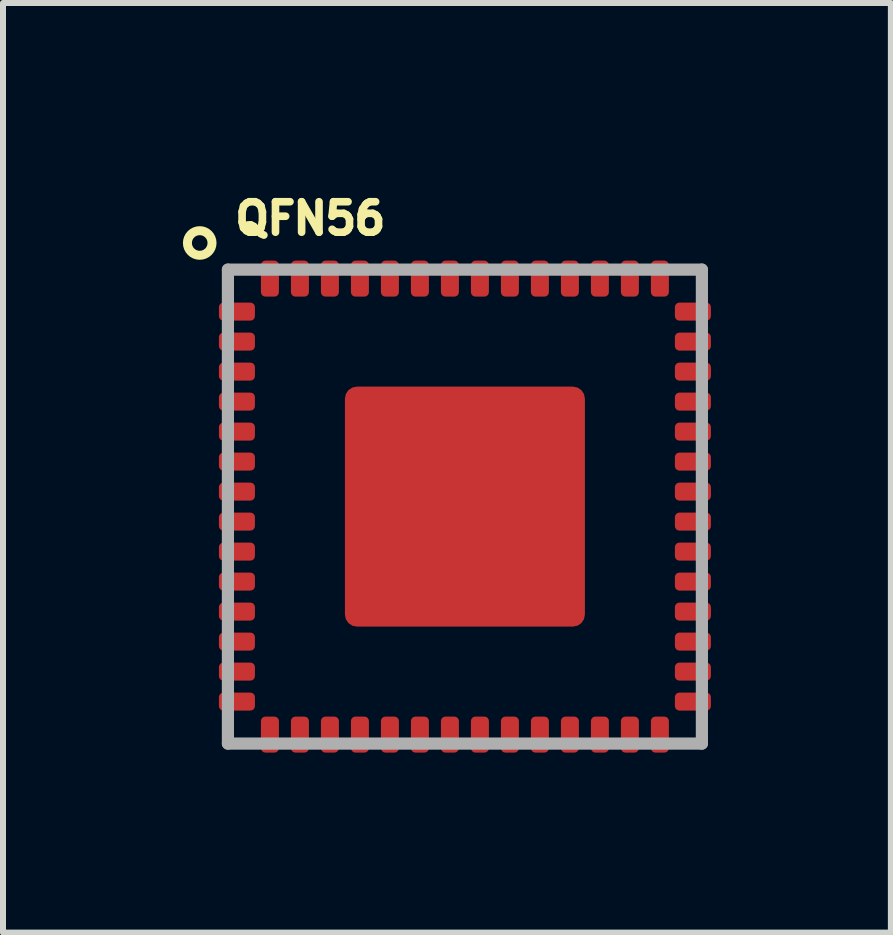
<source format=kicad_pcb>
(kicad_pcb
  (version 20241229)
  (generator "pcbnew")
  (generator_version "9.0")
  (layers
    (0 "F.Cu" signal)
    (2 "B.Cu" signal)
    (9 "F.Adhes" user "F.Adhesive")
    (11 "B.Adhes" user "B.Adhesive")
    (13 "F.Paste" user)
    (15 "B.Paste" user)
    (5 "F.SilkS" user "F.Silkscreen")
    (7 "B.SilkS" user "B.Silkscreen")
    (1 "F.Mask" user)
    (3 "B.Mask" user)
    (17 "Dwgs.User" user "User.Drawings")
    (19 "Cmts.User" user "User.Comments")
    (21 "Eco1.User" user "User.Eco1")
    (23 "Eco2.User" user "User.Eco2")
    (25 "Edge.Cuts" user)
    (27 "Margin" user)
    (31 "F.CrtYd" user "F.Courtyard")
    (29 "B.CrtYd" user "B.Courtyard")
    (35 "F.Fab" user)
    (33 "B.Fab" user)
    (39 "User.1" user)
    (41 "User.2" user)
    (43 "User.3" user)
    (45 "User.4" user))
  (footprint "QFN56"
    (layer "F.Cu")
    (at 4.699 5.394)
    (property "Reference" "QFN56" (at -3.894 -4.505 180) (layer "F.SilkS") (effects (font (size 0.508 0.508) (thickness 0.127)) (justify left bottom)))
    (attr through_hole)
    (fp_poly (pts (xy -4.1 -3.1) (xy -3.5 -3.1) (xy -3.5 -3.4) (xy -4.1 -3.4)) (stroke (width 0) (type solid)) (fill yes) (layer "F.Mask"))
    (fp_poly (pts (xy -4.1 -2.6) (xy -3.5 -2.6) (xy -3.5 -2.9) (xy -4.1 -2.9)) (stroke (width 0) (type solid)) (fill yes) (layer "F.Mask"))
    (fp_poly (pts (xy -4.1 -2.1) (xy -3.5 -2.1) (xy -3.5 -2.4) (xy -4.1 -2.4)) (stroke (width 0) (type solid)) (fill yes) (layer "F.Mask"))
    (fp_poly (pts (xy -4.1 -1.6) (xy -3.5 -1.6) (xy -3.5 -1.9) (xy -4.1 -1.9)) (stroke (width 0) (type solid)) (fill yes) (layer "F.Mask"))
    (fp_poly (pts (xy -4.1 -1.1) (xy -3.5 -1.1) (xy -3.5 -1.4) (xy -4.1 -1.4)) (stroke (width 0) (type solid)) (fill yes) (layer "F.Mask"))
    (fp_poly (pts (xy -4.1 -0.6) (xy -3.5 -0.6) (xy -3.5 -0.9) (xy -4.1 -0.9)) (stroke (width 0) (type solid)) (fill yes) (layer "F.Mask"))
    (fp_poly (pts (xy -4.1 -0.1) (xy -3.5 -0.1) (xy -3.5 -0.4) (xy -4.1 -0.4)) (stroke (width 0) (type solid)) (fill yes) (layer "F.Mask"))
    (fp_poly (pts (xy -4.1 0.4) (xy -3.5 0.4) (xy -3.5 0.1) (xy -4.1 0.1)) (stroke (width 0) (type solid)) (fill yes) (layer "F.Mask"))
    (fp_poly (pts (xy -4.1 0.9) (xy -3.5 0.9) (xy -3.5 0.6) (xy -4.1 0.6)) (stroke (width 0) (type solid)) (fill yes) (layer "F.Mask"))
    (fp_poly (pts (xy -4.1 1.4) (xy -3.5 1.4) (xy -3.5 1.1) (xy -4.1 1.1)) (stroke (width 0) (type solid)) (fill yes) (layer "F.Mask"))
    (fp_poly (pts (xy -4.1 1.9) (xy -3.5 1.9) (xy -3.5 1.6) (xy -4.1 1.6)) (stroke (width 0) (type solid)) (fill yes) (layer "F.Mask"))
    (fp_poly (pts (xy -4.1 2.4) (xy -3.5 2.4) (xy -3.5 2.1) (xy -4.1 2.1)) (stroke (width 0) (type solid)) (fill yes) (layer "F.Mask"))
    (fp_poly (pts (xy -4.1 2.9) (xy -3.5 2.9) (xy -3.5 2.6) (xy -4.1 2.6)) (stroke (width 0) (type solid)) (fill yes) (layer "F.Mask"))
    (fp_poly (pts (xy -4.1 3.4) (xy -3.5 3.4) (xy -3.5 3.1) (xy -4.1 3.1)) (stroke (width 0) (type solid)) (fill yes) (layer "F.Mask"))
    (fp_poly (pts (xy -3.4 -4.1) (xy -3.4 -3.5) (xy -3.1 -3.5) (xy -3.1 -4.1)) (stroke (width 0) (type solid)) (fill yes) (layer "F.Mask"))
    (fp_poly (pts (xy -3.1 4.1) (xy -3.1 3.5) (xy -3.4 3.5) (xy -3.4 4.1)) (stroke (width 0) (type solid)) (fill yes) (layer "F.Mask"))
    (fp_poly (pts (xy -2.95 2.95) (xy 2.95 2.95) (xy 2.95 -2.95) (xy -2.95 -2.95)) (stroke (width 0) (type solid)) (fill yes) (layer "F.Mask"))
    (fp_poly (pts (xy -2.9 -4.1) (xy -2.9 -3.5) (xy -2.6 -3.5) (xy -2.6 -4.1)) (stroke (width 0) (type solid)) (fill yes) (layer "F.Mask"))
    (fp_poly (pts (xy -2.6 4.1) (xy -2.6 3.5) (xy -2.9 3.5) (xy -2.9 4.1)) (stroke (width 0) (type solid)) (fill yes) (layer "F.Mask"))
    (fp_poly (pts (xy -2.4 -4.1) (xy -2.4 -3.5) (xy -2.1 -3.5) (xy -2.1 -4.1)) (stroke (width 0) (type solid)) (fill yes) (layer "F.Mask"))
    (fp_poly (pts (xy -2.1 4.1) (xy -2.1 3.5) (xy -2.4 3.5) (xy -2.4 4.1)) (stroke (width 0) (type solid)) (fill yes) (layer "F.Mask"))
    (fp_poly (pts (xy -1.9 -4.1) (xy -1.9 -3.5) (xy -1.6 -3.5) (xy -1.6 -4.1)) (stroke (width 0) (type solid)) (fill yes) (layer "F.Mask"))
    (fp_poly (pts (xy -1.6 4.1) (xy -1.6 3.5) (xy -1.9 3.5) (xy -1.9 4.1)) (stroke (width 0) (type solid)) (fill yes) (layer "F.Mask"))
    (fp_poly (pts (xy -1.4 -4.1) (xy -1.4 -3.5) (xy -1.1 -3.5) (xy -1.1 -4.1)) (stroke (width 0) (type solid)) (fill yes) (layer "F.Mask"))
    (fp_poly (pts (xy -1.1 4.1) (xy -1.1 3.5) (xy -1.4 3.5) (xy -1.4 4.1)) (stroke (width 0) (type solid)) (fill yes) (layer "F.Mask"))
    (fp_poly (pts (xy -0.9 -4.1) (xy -0.9 -3.5) (xy -0.6 -3.5) (xy -0.6 -4.1)) (stroke (width 0) (type solid)) (fill yes) (layer "F.Mask"))
    (fp_poly (pts (xy -0.6 4.1) (xy -0.6 3.5) (xy -0.9 3.5) (xy -0.9 4.1)) (stroke (width 0) (type solid)) (fill yes) (layer "F.Mask"))
    (fp_poly (pts (xy -0.4 -4.1) (xy -0.4 -3.5) (xy -0.1 -3.5) (xy -0.1 -4.1)) (stroke (width 0) (type solid)) (fill yes) (layer "F.Mask"))
    (fp_poly (pts (xy -0.1 4.1) (xy -0.1 3.5) (xy -0.4 3.5) (xy -0.4 4.1)) (stroke (width 0) (type solid)) (fill yes) (layer "F.Mask"))
    (fp_poly (pts (xy 0.1 -4.1) (xy 0.1 -3.5) (xy 0.4 -3.5) (xy 0.4 -4.1)) (stroke (width 0) (type solid)) (fill yes) (layer "F.Mask"))
    (fp_poly (pts (xy 0.4 4.1) (xy 0.4 3.5) (xy 0.1 3.5) (xy 0.1 4.1)) (stroke (width 0) (type solid)) (fill yes) (layer "F.Mask"))
    (fp_poly (pts (xy 0.6 -4.1) (xy 0.6 -3.5) (xy 0.9 -3.5) (xy 0.9 -4.1)) (stroke (width 0) (type solid)) (fill yes) (layer "F.Mask"))
    (fp_poly (pts (xy 0.9 4.1) (xy 0.9 3.5) (xy 0.6 3.5) (xy 0.6 4.1)) (stroke (width 0) (type solid)) (fill yes) (layer "F.Mask"))
    (fp_poly (pts (xy 1.1 -4.1) (xy 1.1 -3.5) (xy 1.4 -3.5) (xy 1.4 -4.1)) (stroke (width 0) (type solid)) (fill yes) (layer "F.Mask"))
    (fp_poly (pts (xy 1.4 4.1) (xy 1.4 3.5) (xy 1.1 3.5) (xy 1.1 4.1)) (stroke (width 0) (type solid)) (fill yes) (layer "F.Mask"))
    (fp_poly (pts (xy 1.6 -4.1) (xy 1.6 -3.5) (xy 1.9 -3.5) (xy 1.9 -4.1)) (stroke (width 0) (type solid)) (fill yes) (layer "F.Mask"))
    (fp_poly (pts (xy 1.9 4.1) (xy 1.9 3.5) (xy 1.6 3.5) (xy 1.6 4.1)) (stroke (width 0) (type solid)) (fill yes) (layer "F.Mask"))
    (fp_poly (pts (xy 2.1 -4.1) (xy 2.1 -3.5) (xy 2.4 -3.5) (xy 2.4 -4.1)) (stroke (width 0) (type solid)) (fill yes) (layer "F.Mask"))
    (fp_poly (pts (xy 2.4 4.1) (xy 2.4 3.5) (xy 2.1 3.5) (xy 2.1 4.1)) (stroke (width 0) (type solid)) (fill yes) (layer "F.Mask"))
    (fp_poly (pts (xy 2.6 -4.1) (xy 2.6 -3.5) (xy 2.9 -3.5) (xy 2.9 -4.1)) (stroke (width 0) (type solid)) (fill yes) (layer "F.Mask"))
    (fp_poly (pts (xy 2.9 4.1) (xy 2.9 3.5) (xy 2.6 3.5) (xy 2.6 4.1)) (stroke (width 0) (type solid)) (fill yes) (layer "F.Mask"))
    (fp_poly (pts (xy 3.1 -4.1) (xy 3.1 -3.5) (xy 3.4 -3.5) (xy 3.4 -4.1)) (stroke (width 0) (type solid)) (fill yes) (layer "F.Mask"))
    (fp_poly (pts (xy 3.4 4.1) (xy 3.4 3.5) (xy 3.1 3.5) (xy 3.1 4.1)) (stroke (width 0) (type solid)) (fill yes) (layer "F.Mask"))
    (fp_poly (pts (xy 4.1 -3.4) (xy 3.5 -3.4) (xy 3.5 -3.1) (xy 4.1 -3.1)) (stroke (width 0) (type solid)) (fill yes) (layer "F.Mask"))
    (fp_poly (pts (xy 4.1 -2.9) (xy 3.5 -2.9) (xy 3.5 -2.6) (xy 4.1 -2.6)) (stroke (width 0) (type solid)) (fill yes) (layer "F.Mask"))
    (fp_poly (pts (xy 4.1 -2.4) (xy 3.5 -2.4) (xy 3.5 -2.1) (xy 4.1 -2.1)) (stroke (width 0) (type solid)) (fill yes) (layer "F.Mask"))
    (fp_poly (pts (xy 4.1 -1.9) (xy 3.5 -1.9) (xy 3.5 -1.6) (xy 4.1 -1.6)) (stroke (width 0) (type solid)) (fill yes) (layer "F.Mask"))
    (fp_poly (pts (xy 4.1 -1.4) (xy 3.5 -1.4) (xy 3.5 -1.1) (xy 4.1 -1.1)) (stroke (width 0) (type solid)) (fill yes) (layer "F.Mask"))
    (fp_poly (pts (xy 4.1 -0.9) (xy 3.5 -0.9) (xy 3.5 -0.6) (xy 4.1 -0.6)) (stroke (width 0) (type solid)) (fill yes) (layer "F.Mask"))
    (fp_poly (pts (xy 4.1 -0.4) (xy 3.5 -0.4) (xy 3.5 -0.1) (xy 4.1 -0.1)) (stroke (width 0) (type solid)) (fill yes) (layer "F.Mask"))
    (fp_poly (pts (xy 4.1 0.1) (xy 3.5 0.1) (xy 3.5 0.4) (xy 4.1 0.4)) (stroke (width 0) (type solid)) (fill yes) (layer "F.Mask"))
    (fp_poly (pts (xy 4.1 0.6) (xy 3.5 0.6) (xy 3.5 0.9) (xy 4.1 0.9)) (stroke (width 0) (type solid)) (fill yes) (layer "F.Mask"))
    (fp_poly (pts (xy 4.1 1.1) (xy 3.5 1.1) (xy 3.5 1.4) (xy 4.1 1.4)) (stroke (width 0) (type solid)) (fill yes) (layer "F.Mask"))
    (fp_poly (pts (xy 4.1 1.6) (xy 3.5 1.6) (xy 3.5 1.9) (xy 4.1 1.9)) (stroke (width 0) (type solid)) (fill yes) (layer "F.Mask"))
    (fp_poly (pts (xy 4.1 2.1) (xy 3.5 2.1) (xy 3.5 2.4) (xy 4.1 2.4)) (stroke (width 0) (type solid)) (fill yes) (layer "F.Mask"))
    (fp_poly (pts (xy 4.1 2.6) (xy 3.5 2.6) (xy 3.5 2.9) (xy 4.1 2.9)) (stroke (width 0) (type solid)) (fill yes) (layer "F.Mask"))
    (fp_poly (pts (xy 4.1 3.1) (xy 3.5 3.1) (xy 3.5 3.4) (xy 4.1 3.4)) (stroke (width 0) (type solid)) (fill yes) (layer "F.Mask"))
    (fp_circle (center -4.42 -4.394) (end -4.242 -4.496) (stroke (width 0.15) (type solid)) (fill no) (layer "F.SilkS"))
    (fp_line (start -3.95 -3.95) (end -3.95 3.95) (stroke (width 0.203) (type solid)) (layer "F.Fab"))
    (fp_line (start -3.95 3.95) (end 3.95 3.95) (stroke (width 0.203) (type solid)) (layer "F.Fab"))
    (fp_line (start 3.95 -3.95) (end -3.95 -3.95) (stroke (width 0.203) (type solid)) (layer "F.Fab"))
    (fp_line (start 3.95 3.95) (end 3.95 -3.95) (stroke (width 0.203) (type solid)) (layer "F.Fab"))
    (pad "1" smd roundrect (at -3.8 -3.25 90) (size 0.3 0.6) (layers "F.Cu" "F.Mask" "F.Paste") (roundrect_rratio 0.25))
    (pad "2" smd roundrect (at -3.8 -2.75 90) (size 0.3 0.6) (layers "F.Cu" "F.Mask" "F.Paste") (roundrect_rratio 0.25))
    (pad "3" smd roundrect (at -3.8 -2.25 90) (size 0.3 0.6) (layers "F.Cu" "F.Mask" "F.Paste") (roundrect_rratio 0.25))
    (pad "4" smd roundrect (at -3.8 -1.75 90) (size 0.3 0.6) (layers "F.Cu" "F.Mask" "F.Paste") (roundrect_rratio 0.25))
    (pad "5" smd roundrect (at -3.8 -1.25 90) (size 0.3 0.6) (layers "F.Cu" "F.Mask" "F.Paste") (roundrect_rratio 0.25))
    (pad "6" smd roundrect (at -3.8 -0.75 90) (size 0.3 0.6) (layers "F.Cu" "F.Mask" "F.Paste") (roundrect_rratio 0.25))
    (pad "7" smd roundrect (at -3.8 -0.25 90) (size 0.3 0.6) (layers "F.Cu" "F.Mask" "F.Paste") (roundrect_rratio 0.25))
    (pad "8" smd roundrect (at -3.8 0.25 90) (size 0.3 0.6) (layers "F.Cu" "F.Mask" "F.Paste") (roundrect_rratio 0.25))
    (pad "9" smd roundrect (at -3.8 0.75 90) (size 0.3 0.6) (layers "F.Cu" "F.Mask" "F.Paste") (roundrect_rratio 0.25))
    (pad "10" smd roundrect (at -3.8 1.25 90) (size 0.3 0.6) (layers "F.Cu" "F.Mask" "F.Paste") (roundrect_rratio 0.25))
    (pad "11" smd roundrect (at -3.8 1.75 90) (size 0.3 0.6) (layers "F.Cu" "F.Mask" "F.Paste") (roundrect_rratio 0.25))
    (pad "12" smd roundrect (at -3.8 2.25 90) (size 0.3 0.6) (layers "F.Cu" "F.Mask" "F.Paste") (roundrect_rratio 0.25))
    (pad "13" smd roundrect (at -3.8 2.75 90) (size 0.3 0.6) (layers "F.Cu" "F.Mask" "F.Paste") (roundrect_rratio 0.25))
    (pad "14" smd roundrect (at -3.8 3.25 90) (size 0.3 0.6) (layers "F.Cu" "F.Mask" "F.Paste") (roundrect_rratio 0.25))
    (pad "15" smd roundrect (at -3.25 3.8 180) (size 0.3 0.6) (layers "F.Cu" "F.Mask" "F.Paste") (roundrect_rratio 0.25))
    (pad "16" smd roundrect (at -2.75 3.8 180) (size 0.3 0.6) (layers "F.Cu" "F.Mask" "F.Paste") (roundrect_rratio 0.25))
    (pad "17" smd roundrect (at -2.25 3.8 180) (size 0.3 0.6) (layers "F.Cu" "F.Mask" "F.Paste") (roundrect_rratio 0.25))
    (pad "18" smd roundrect (at -1.75 3.8 180) (size 0.3 0.6) (layers "F.Cu" "F.Mask" "F.Paste") (roundrect_rratio 0.25))
    (pad "19" smd roundrect (at -1.25 3.8 180) (size 0.3 0.6) (layers "F.Cu" "F.Mask" "F.Paste") (roundrect_rratio 0.25))
    (pad "20" smd roundrect (at -0.75 3.8 180) (size 0.3 0.6) (layers "F.Cu" "F.Mask" "F.Paste") (roundrect_rratio 0.25))
    (pad "21" smd roundrect (at -0.25 3.8 180) (size 0.3 0.6) (layers "F.Cu" "F.Mask" "F.Paste") (roundrect_rratio 0.25))
    (pad "22" smd roundrect (at 0.25 3.8 180) (size 0.3 0.6) (layers "F.Cu" "F.Mask" "F.Paste") (roundrect_rratio 0.25))
    (pad "23" smd roundrect (at 0.75 3.8 180) (size 0.3 0.6) (layers "F.Cu" "F.Mask" "F.Paste") (roundrect_rratio 0.25))
    (pad "24" smd roundrect (at 1.25 3.8 180) (size 0.3 0.6) (layers "F.Cu" "F.Mask" "F.Paste") (roundrect_rratio 0.25))
    (pad "25" smd roundrect (at 1.75 3.8 180) (size 0.3 0.6) (layers "F.Cu" "F.Mask" "F.Paste") (roundrect_rratio 0.25))
    (pad "26" smd roundrect (at 2.25 3.8 180) (size 0.3 0.6) (layers "F.Cu" "F.Mask" "F.Paste") (roundrect_rratio 0.25))
    (pad "27" smd roundrect (at 2.75 3.8 180) (size 0.3 0.6) (layers "F.Cu" "F.Mask" "F.Paste") (roundrect_rratio 0.25))
    (pad "28" smd roundrect (at 3.25 3.8 180) (size 0.3 0.6) (layers "F.Cu" "F.Mask" "F.Paste") (roundrect_rratio 0.25))
    (pad "29" smd roundrect (at 3.8 3.25 270) (size 0.3 0.6) (layers "F.Cu" "F.Mask" "F.Paste") (roundrect_rratio 0.25))
    (pad "30" smd roundrect (at 3.8 2.75 270) (size 0.3 0.6) (layers "F.Cu" "F.Mask" "F.Paste") (roundrect_rratio 0.25))
    (pad "31" smd roundrect (at 3.8 2.25 270) (size 0.3 0.6) (layers "F.Cu" "F.Mask" "F.Paste") (roundrect_rratio 0.25))
    (pad "32" smd roundrect (at 3.8 1.75 270) (size 0.3 0.6) (layers "F.Cu" "F.Mask" "F.Paste") (roundrect_rratio 0.25))
    (pad "33" smd roundrect (at 3.8 1.25 270) (size 0.3 0.6) (layers "F.Cu" "F.Mask" "F.Paste") (roundrect_rratio 0.25))
    (pad "34" smd roundrect (at 3.8 0.75 270) (size 0.3 0.6) (layers "F.Cu" "F.Mask" "F.Paste") (roundrect_rratio 0.25))
    (pad "35" smd roundrect (at 3.8 0.25 270) (size 0.3 0.6) (layers "F.Cu" "F.Mask" "F.Paste") (roundrect_rratio 0.25))
    (pad "36" smd roundrect (at 3.8 -0.25 270) (size 0.3 0.6) (layers "F.Cu" "F.Mask" "F.Paste") (roundrect_rratio 0.25))
    (pad "37" smd roundrect (at 3.8 -0.75 270) (size 0.3 0.6) (layers "F.Cu" "F.Mask" "F.Paste") (roundrect_rratio 0.25))
    (pad "38" smd roundrect (at 3.8 -1.25 270) (size 0.3 0.6) (layers "F.Cu" "F.Mask" "F.Paste") (roundrect_rratio 0.25))
    (pad "39" smd roundrect (at 3.8 -1.75 270) (size 0.3 0.6) (layers "F.Cu" "F.Mask" "F.Paste") (roundrect_rratio 0.25))
    (pad "40" smd roundrect (at 3.8 -2.25 270) (size 0.3 0.6) (layers "F.Cu" "F.Mask" "F.Paste") (roundrect_rratio 0.25))
    (pad "41" smd roundrect (at 3.8 -2.75 270) (size 0.3 0.6) (layers "F.Cu" "F.Mask" "F.Paste") (roundrect_rratio 0.25))
    (pad "42" smd roundrect (at 3.8 -3.25 270) (size 0.3 0.6) (layers "F.Cu" "F.Mask" "F.Paste") (roundrect_rratio 0.25))
    (pad "43" smd roundrect (at 3.25 -3.8) (size 0.3 0.6) (layers "F.Cu" "F.Mask" "F.Paste") (roundrect_rratio 0.25))
    (pad "44" smd roundrect (at 2.75 -3.8) (size 0.3 0.6) (layers "F.Cu" "F.Mask" "F.Paste") (roundrect_rratio 0.25))
    (pad "45" smd roundrect (at 2.25 -3.8) (size 0.3 0.6) (layers "F.Cu" "F.Mask" "F.Paste") (roundrect_rratio 0.25))
    (pad "46" smd roundrect (at 1.75 -3.8) (size 0.3 0.6) (layers "F.Cu" "F.Mask" "F.Paste") (roundrect_rratio 0.25))
    (pad "47" smd roundrect (at 1.25 -3.8) (size 0.3 0.6) (layers "F.Cu" "F.Mask" "F.Paste") (roundrect_rratio 0.25))
    (pad "48" smd roundrect (at 0.75 -3.8) (size 0.3 0.6) (layers "F.Cu" "F.Mask" "F.Paste") (roundrect_rratio 0.25))
    (pad "49" smd roundrect (at 0.25 -3.8) (size 0.3 0.6) (layers "F.Cu" "F.Mask" "F.Paste") (roundrect_rratio 0.25))
    (pad "50" smd roundrect (at -0.25 -3.8) (size 0.3 0.6) (layers "F.Cu" "F.Mask" "F.Paste") (roundrect_rratio 0.25))
    (pad "51" smd roundrect (at -0.75 -3.8) (size 0.3 0.6) (layers "F.Cu" "F.Mask" "F.Paste") (roundrect_rratio 0.25))
    (pad "52" smd roundrect (at -1.25 -3.8) (size 0.3 0.6) (layers "F.Cu" "F.Mask" "F.Paste") (roundrect_rratio 0.25))
    (pad "53" smd roundrect (at -1.75 -3.8) (size 0.3 0.6) (layers "F.Cu" "F.Mask" "F.Paste") (roundrect_rratio 0.25))
    (pad "54" smd roundrect (at -2.25 -3.8) (size 0.3 0.6) (layers "F.Cu" "F.Mask" "F.Paste") (roundrect_rratio 0.25))
    (pad "55" smd roundrect (at -2.75 -3.8) (size 0.3 0.6) (layers "F.Cu" "F.Mask" "F.Paste") (roundrect_rratio 0.25))
    (pad "56" smd roundrect (at -3.25 -3.8) (size 0.3 0.6) (layers "F.Cu" "F.Mask" "F.Paste") (roundrect_rratio 0.25))
    (pad "EPAD" smd roundrect (at 0 0) (size 4 4) (layers "F.Cu" "F.Mask") (roundrect_rratio 0.05)))
  (gr_rect
    (start -3 -3)
    (end 11.799 12.494)
    (stroke (width 0.1) (type default))
    (fill no)
    (layer "Edge.Cuts")))
</source>
